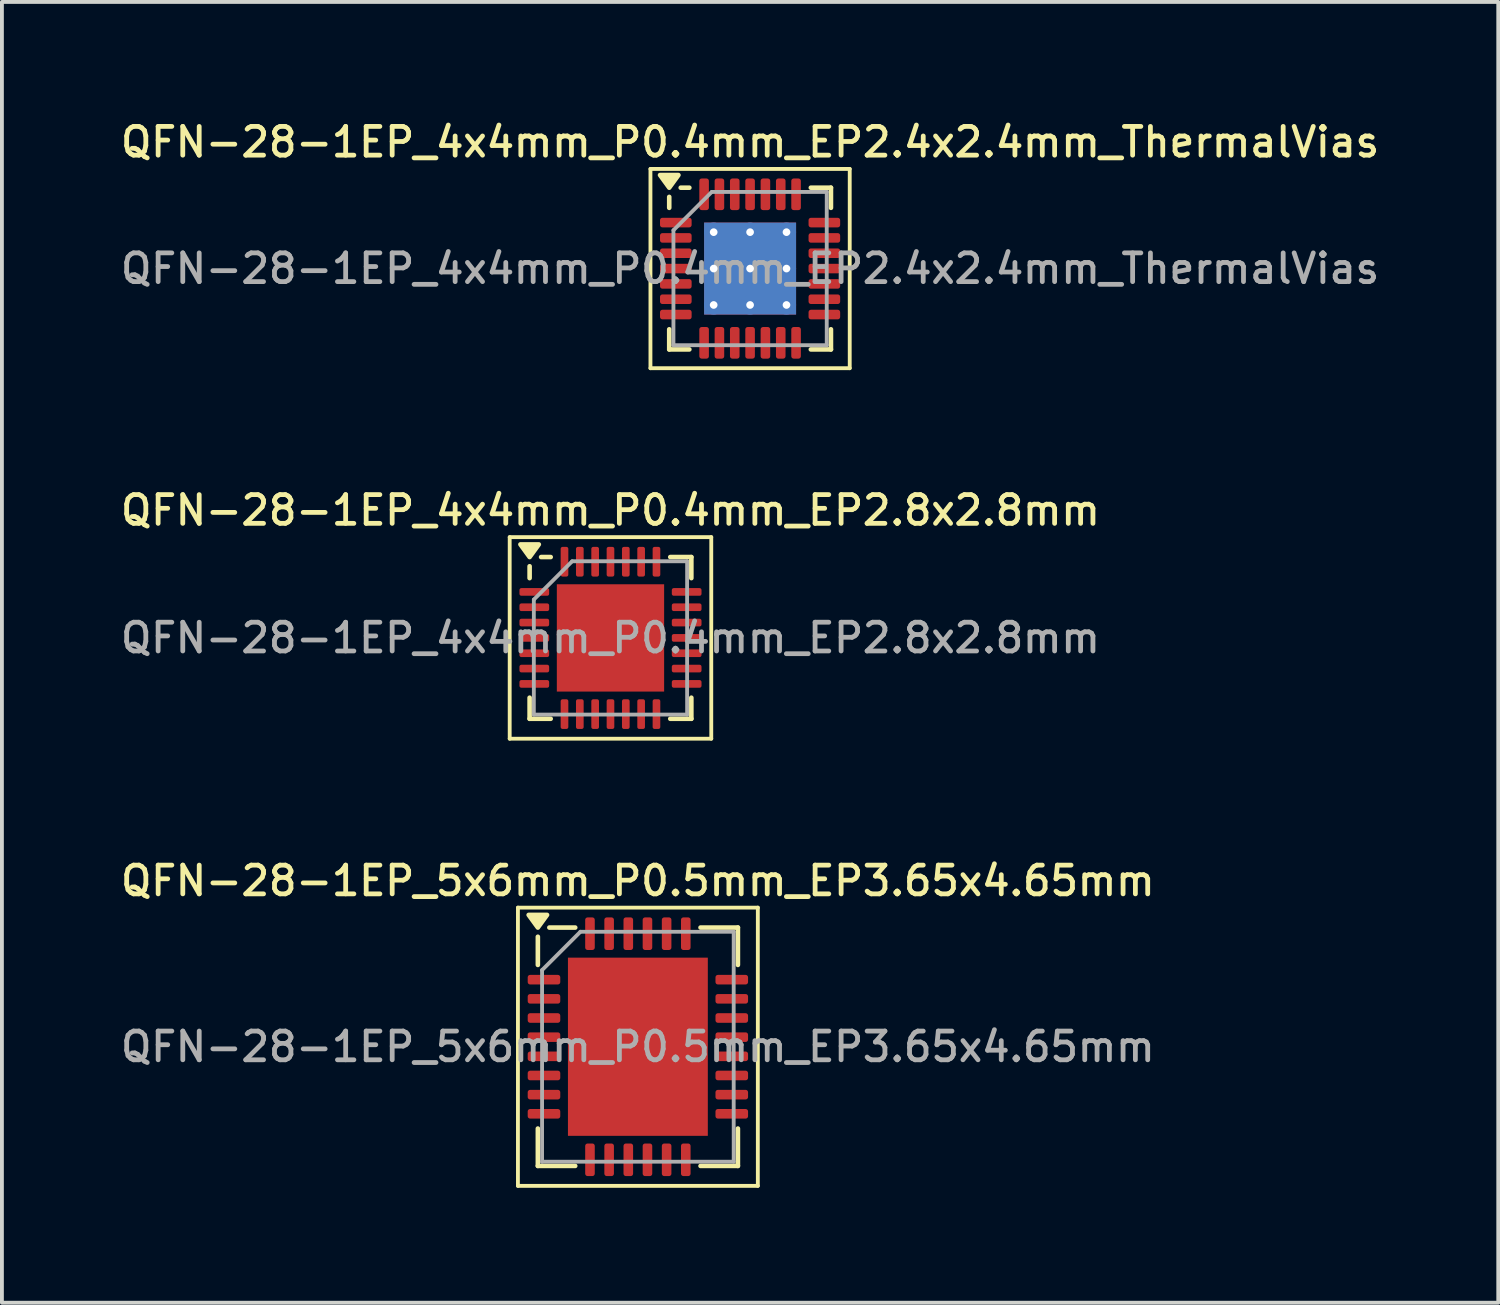
<source format=kicad_pcb>
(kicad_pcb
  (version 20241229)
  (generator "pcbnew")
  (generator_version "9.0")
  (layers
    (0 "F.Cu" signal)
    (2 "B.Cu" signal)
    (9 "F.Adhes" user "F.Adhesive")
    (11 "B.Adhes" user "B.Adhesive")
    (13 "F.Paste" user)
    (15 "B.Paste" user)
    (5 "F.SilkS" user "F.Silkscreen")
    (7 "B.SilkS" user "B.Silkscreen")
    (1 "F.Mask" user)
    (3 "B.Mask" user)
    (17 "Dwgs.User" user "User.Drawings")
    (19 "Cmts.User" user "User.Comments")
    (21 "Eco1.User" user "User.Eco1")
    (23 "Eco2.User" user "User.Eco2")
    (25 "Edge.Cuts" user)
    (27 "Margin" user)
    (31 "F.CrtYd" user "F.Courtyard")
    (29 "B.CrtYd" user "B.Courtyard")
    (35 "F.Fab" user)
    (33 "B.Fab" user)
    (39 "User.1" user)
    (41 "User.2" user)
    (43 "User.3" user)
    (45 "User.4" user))
  (footprint "QFN-28-1EP_5x6mm_P0.5mm_EP3.65x4.65mm"
    (layer "F.Cu")
    (at 13.595 24.264)
    (property "Reference" "QFN-28-1EP_5x6mm_P0.5mm_EP3.65x4.65mm" (at 0 -4.33 0) (layer "F.SilkS") (effects (font (size 0.75 0.75) (thickness 0.125))))
    (attr smd)
    (fp_line (start -3.13 -3.63) (end -3.13 3.63) (stroke (width 0.1) (type solid)) (layer "F.SilkS"))
    (fp_line (start -3.13 3.63) (end 3.13 3.63) (stroke (width 0.1) (type solid)) (layer "F.SilkS"))
    (fp_line (start -2.61 -2.135) (end -2.61 -2.87) (stroke (width 0.12) (type solid)) (layer "F.SilkS"))
    (fp_line (start -2.61 3.11) (end -2.61 2.135) (stroke (width 0.12) (type solid)) (layer "F.SilkS"))
    (fp_line (start -1.635 -3.11) (end -2.31 -3.11) (stroke (width 0.12) (type solid)) (layer "F.SilkS"))
    (fp_line (start -1.635 3.11) (end -2.61 3.11) (stroke (width 0.12) (type solid)) (layer "F.SilkS"))
    (fp_line (start 1.635 -3.11) (end 2.61 -3.11) (stroke (width 0.12) (type solid)) (layer "F.SilkS"))
    (fp_line (start 1.635 3.11) (end 2.61 3.11) (stroke (width 0.12) (type solid)) (layer "F.SilkS"))
    (fp_line (start 2.61 -3.11) (end 2.61 -2.135) (stroke (width 0.12) (type solid)) (layer "F.SilkS"))
    (fp_line (start 2.61 3.11) (end 2.61 2.135) (stroke (width 0.12) (type solid)) (layer "F.SilkS"))
    (fp_line (start 3.13 -3.63) (end -3.13 -3.63) (stroke (width 0.1) (type solid)) (layer "F.SilkS"))
    (fp_line (start 3.13 3.63) (end 3.13 -3.63) (stroke (width 0.1) (type solid)) (layer "F.SilkS"))
    (fp_poly (pts (xy -2.61 -3.11) (xy -2.85 -3.44) (xy -2.37 -3.44) (xy -2.61 -3.11)) (stroke (width 0.12) (type solid)) (fill yes) (layer "F.SilkS"))
    (fp_line (start -2.5 -2) (end -1.5 -3) (stroke (width 0.1) (type solid)) (layer "F.Fab"))
    (fp_line (start -2.5 3) (end -2.5 -2) (stroke (width 0.1) (type solid)) (layer "F.Fab"))
    (fp_line (start -1.5 -3) (end 2.5 -3) (stroke (width 0.1) (type solid)) (layer "F.Fab"))
    (fp_line (start 2.5 -3) (end 2.5 3) (stroke (width 0.1) (type solid)) (layer "F.Fab"))
    (fp_line (start 2.5 3) (end -2.5 3) (stroke (width 0.1) (type solid)) (layer "F.Fab"))
    (fp_text user "${REFERENCE}" (at 0 0 0) (layer "F.Fab") (effects (font (size 0.75 0.75) (thickness 0.125))))
    (pad "" smd roundrect (at -1.22 -1.74) (size 0.98 0.94) (layers "F.Paste") (roundrect_rratio 0.25))
    (pad "" smd roundrect (at -1.22 -0.58) (size 0.98 0.94) (layers "F.Paste") (roundrect_rratio 0.25))
    (pad "" smd roundrect (at -1.22 0.58) (size 0.98 0.94) (layers "F.Paste") (roundrect_rratio 0.25))
    (pad "" smd roundrect (at -1.22 1.74) (size 0.98 0.94) (layers "F.Paste") (roundrect_rratio 0.25))
    (pad "" smd roundrect (at 0 -1.74) (size 0.98 0.94) (layers "F.Paste") (roundrect_rratio 0.25))
    (pad "" smd roundrect (at 0 -0.58) (size 0.98 0.94) (layers "F.Paste") (roundrect_rratio 0.25))
    (pad "" smd roundrect (at 0 0.58) (size 0.98 0.94) (layers "F.Paste") (roundrect_rratio 0.25))
    (pad "" smd roundrect (at 0 1.74) (size 0.98 0.94) (layers "F.Paste") (roundrect_rratio 0.25))
    (pad "" smd roundrect (at 1.22 -1.74) (size 0.98 0.94) (layers "F.Paste") (roundrect_rratio 0.25))
    (pad "" smd roundrect (at 1.22 -0.58) (size 0.98 0.94) (layers "F.Paste") (roundrect_rratio 0.25))
    (pad "" smd roundrect (at 1.22 0.58) (size 0.98 0.94) (layers "F.Paste") (roundrect_rratio 0.25))
    (pad "" smd roundrect (at 1.22 1.74) (size 0.98 0.94) (layers "F.Paste") (roundrect_rratio 0.25))
    (pad "1" smd roundrect (at -2.45 -1.75) (size 0.85 0.25) (layers "F.Cu" "F.Mask" "F.Paste") (roundrect_rratio 0.25))
    (pad "2" smd roundrect (at -2.45 -1.25) (size 0.85 0.25) (layers "F.Cu" "F.Mask" "F.Paste") (roundrect_rratio 0.25))
    (pad "3" smd roundrect (at -2.45 -0.75) (size 0.85 0.25) (layers "F.Cu" "F.Mask" "F.Paste") (roundrect_rratio 0.25))
    (pad "4" smd roundrect (at -2.45 -0.25) (size 0.85 0.25) (layers "F.Cu" "F.Mask" "F.Paste") (roundrect_rratio 0.25))
    (pad "5" smd roundrect (at -2.45 0.25) (size 0.85 0.25) (layers "F.Cu" "F.Mask" "F.Paste") (roundrect_rratio 0.25))
    (pad "6" smd roundrect (at -2.45 0.75) (size 0.85 0.25) (layers "F.Cu" "F.Mask" "F.Paste") (roundrect_rratio 0.25))
    (pad "7" smd roundrect (at -2.45 1.25) (size 0.85 0.25) (layers "F.Cu" "F.Mask" "F.Paste") (roundrect_rratio 0.25))
    (pad "8" smd roundrect (at -2.45 1.75) (size 0.85 0.25) (layers "F.Cu" "F.Mask" "F.Paste") (roundrect_rratio 0.25))
    (pad "9" smd roundrect (at -1.25 2.95) (size 0.25 0.85) (layers "F.Cu" "F.Mask" "F.Paste") (roundrect_rratio 0.25))
    (pad "10" smd roundrect (at -0.75 2.95) (size 0.25 0.85) (layers "F.Cu" "F.Mask" "F.Paste") (roundrect_rratio 0.25))
    (pad "11" smd roundrect (at -0.25 2.95) (size 0.25 0.85) (layers "F.Cu" "F.Mask" "F.Paste") (roundrect_rratio 0.25))
    (pad "12" smd roundrect (at 0.25 2.95) (size 0.25 0.85) (layers "F.Cu" "F.Mask" "F.Paste") (roundrect_rratio 0.25))
    (pad "13" smd roundrect (at 0.75 2.95) (size 0.25 0.85) (layers "F.Cu" "F.Mask" "F.Paste") (roundrect_rratio 0.25))
    (pad "14" smd roundrect (at 1.25 2.95) (size 0.25 0.85) (layers "F.Cu" "F.Mask" "F.Paste") (roundrect_rratio 0.25))
    (pad "15" smd roundrect (at 2.45 1.75) (size 0.85 0.25) (layers "F.Cu" "F.Mask" "F.Paste") (roundrect_rratio 0.25))
    (pad "16" smd roundrect (at 2.45 1.25) (size 0.85 0.25) (layers "F.Cu" "F.Mask" "F.Paste") (roundrect_rratio 0.25))
    (pad "17" smd roundrect (at 2.45 0.75) (size 0.85 0.25) (layers "F.Cu" "F.Mask" "F.Paste") (roundrect_rratio 0.25))
    (pad "18" smd roundrect (at 2.45 0.25) (size 0.85 0.25) (layers "F.Cu" "F.Mask" "F.Paste") (roundrect_rratio 0.25))
    (pad "19" smd roundrect (at 2.45 -0.25) (size 0.85 0.25) (layers "F.Cu" "F.Mask" "F.Paste") (roundrect_rratio 0.25))
    (pad "20" smd roundrect (at 2.45 -0.75) (size 0.85 0.25) (layers "F.Cu" "F.Mask" "F.Paste") (roundrect_rratio 0.25))
    (pad "21" smd roundrect (at 2.45 -1.25) (size 0.85 0.25) (layers "F.Cu" "F.Mask" "F.Paste") (roundrect_rratio 0.25))
    (pad "22" smd roundrect (at 2.45 -1.75) (size 0.85 0.25) (layers "F.Cu" "F.Mask" "F.Paste") (roundrect_rratio 0.25))
    (pad "23" smd roundrect (at 1.25 -2.95) (size 0.25 0.85) (layers "F.Cu" "F.Mask" "F.Paste") (roundrect_rratio 0.25))
    (pad "24" smd roundrect (at 0.75 -2.95) (size 0.25 0.85) (layers "F.Cu" "F.Mask" "F.Paste") (roundrect_rratio 0.25))
    (pad "25" smd roundrect (at 0.25 -2.95) (size 0.25 0.85) (layers "F.Cu" "F.Mask" "F.Paste") (roundrect_rratio 0.25))
    (pad "26" smd roundrect (at -0.25 -2.95) (size 0.25 0.85) (layers "F.Cu" "F.Mask" "F.Paste") (roundrect_rratio 0.25))
    (pad "27" smd roundrect (at -0.75 -2.95) (size 0.25 0.85) (layers "F.Cu" "F.Mask" "F.Paste") (roundrect_rratio 0.25))
    (pad "28" smd roundrect (at -1.25 -2.95) (size 0.25 0.85) (layers "F.Cu" "F.Mask" "F.Paste") (roundrect_rratio 0.25))
    (pad "29" smd rect (at 0 0) (size 3.65 4.65) (property pad_prop_heatsink) (layers "F.Cu" "F.Mask")))
  (footprint "QFN-28-1EP_4x4mm_P0.4mm_EP2.4x2.4mm_ThermalVias"
    (layer "F.Cu")
    (at 16.523 3.958)
    (property "Reference" "QFN-28-1EP_4x4mm_P0.4mm_EP2.4x2.4mm_ThermalVias" (at 0 -3.3 0) (layer "F.SilkS") (effects (font (size 0.75 0.75) (thickness 0.125))))
    (attr smd)
    (fp_line (start -2.6 -2.6) (end -2.6 2.6) (stroke (width 0.1) (type solid)) (layer "F.SilkS"))
    (fp_line (start -2.6 2.6) (end 2.6 2.6) (stroke (width 0.1) (type solid)) (layer "F.SilkS"))
    (fp_line (start -2.11 -1.585) (end -2.11 -1.87) (stroke (width 0.12) (type solid)) (layer "F.SilkS"))
    (fp_line (start -2.11 2.11) (end -2.11 1.585) (stroke (width 0.12) (type solid)) (layer "F.SilkS"))
    (fp_line (start -1.585 -2.11) (end -1.81 -2.11) (stroke (width 0.12) (type solid)) (layer "F.SilkS"))
    (fp_line (start -1.585 2.11) (end -2.11 2.11) (stroke (width 0.12) (type solid)) (layer "F.SilkS"))
    (fp_line (start 1.585 -2.11) (end 2.11 -2.11) (stroke (width 0.12) (type solid)) (layer "F.SilkS"))
    (fp_line (start 1.585 2.11) (end 2.11 2.11) (stroke (width 0.12) (type solid)) (layer "F.SilkS"))
    (fp_line (start 2.11 -2.11) (end 2.11 -1.585) (stroke (width 0.12) (type solid)) (layer "F.SilkS"))
    (fp_line (start 2.11 2.11) (end 2.11 1.585) (stroke (width 0.12) (type solid)) (layer "F.SilkS"))
    (fp_line (start 2.6 -2.6) (end -2.6 -2.6) (stroke (width 0.1) (type solid)) (layer "F.SilkS"))
    (fp_line (start 2.6 2.6) (end 2.6 -2.6) (stroke (width 0.1) (type solid)) (layer "F.SilkS"))
    (fp_poly (pts (xy -2.11 -2.11) (xy -2.35 -2.44) (xy -1.87 -2.44) (xy -2.11 -2.11)) (stroke (width 0.12) (type solid)) (fill yes) (layer "F.SilkS"))
    (fp_line (start -2 -1) (end -1 -2) (stroke (width 0.1) (type solid)) (layer "F.Fab"))
    (fp_line (start -2 2) (end -2 -1) (stroke (width 0.1) (type solid)) (layer "F.Fab"))
    (fp_line (start -1 -2) (end 2 -2) (stroke (width 0.1) (type solid)) (layer "F.Fab"))
    (fp_line (start 2 -2) (end 2 2) (stroke (width 0.1) (type solid)) (layer "F.Fab"))
    (fp_line (start 2 2) (end -2 2) (stroke (width 0.1) (type solid)) (layer "F.Fab"))
    (fp_text user "${REFERENCE}" (at 0 0 0) (layer "F.Fab") (effects (font (size 0.75 0.75) (thickness 0.125))))
    (pad "" smd roundrect (at -0.6 -0.6) (size 1.04 1.04) (layers "F.Paste") (roundrect_rratio 0.24))
    (pad "" smd roundrect (at -0.6 0.6) (size 1.04 1.04) (layers "F.Paste") (roundrect_rratio 0.24))
    (pad "" smd roundrect (at 0.6 -0.6) (size 1.04 1.04) (layers "F.Paste") (roundrect_rratio 0.24))
    (pad "" smd roundrect (at 0.6 0.6) (size 1.04 1.04) (layers "F.Paste") (roundrect_rratio 0.24))
    (pad "1" smd roundrect (at -1.938 -1.2) (size 0.825 0.25) (layers "F.Cu" "F.Mask" "F.Paste") (roundrect_rratio 0.25))
    (pad "2" smd roundrect (at -1.938 -0.8) (size 0.825 0.25) (layers "F.Cu" "F.Mask" "F.Paste") (roundrect_rratio 0.25))
    (pad "3" smd roundrect (at -1.938 -0.4) (size 0.825 0.25) (layers "F.Cu" "F.Mask" "F.Paste") (roundrect_rratio 0.25))
    (pad "4" smd roundrect (at -1.938 0) (size 0.825 0.25) (layers "F.Cu" "F.Mask" "F.Paste") (roundrect_rratio 0.25))
    (pad "5" smd roundrect (at -1.938 0.4) (size 0.825 0.25) (layers "F.Cu" "F.Mask" "F.Paste") (roundrect_rratio 0.25))
    (pad "6" smd roundrect (at -1.938 0.8) (size 0.825 0.25) (layers "F.Cu" "F.Mask" "F.Paste") (roundrect_rratio 0.25))
    (pad "7" smd roundrect (at -1.938 1.2) (size 0.825 0.25) (layers "F.Cu" "F.Mask" "F.Paste") (roundrect_rratio 0.25))
    (pad "8" smd roundrect (at -1.2 1.938) (size 0.25 0.825) (layers "F.Cu" "F.Mask" "F.Paste") (roundrect_rratio 0.25))
    (pad "9" smd roundrect (at -0.8 1.938) (size 0.25 0.825) (layers "F.Cu" "F.Mask" "F.Paste") (roundrect_rratio 0.25))
    (pad "10" smd roundrect (at -0.4 1.938) (size 0.25 0.825) (layers "F.Cu" "F.Mask" "F.Paste") (roundrect_rratio 0.25))
    (pad "11" smd roundrect (at 0 1.938) (size 0.25 0.825) (layers "F.Cu" "F.Mask" "F.Paste") (roundrect_rratio 0.25))
    (pad "12" smd roundrect (at 0.4 1.938) (size 0.25 0.825) (layers "F.Cu" "F.Mask" "F.Paste") (roundrect_rratio 0.25))
    (pad "13" smd roundrect (at 0.8 1.938) (size 0.25 0.825) (layers "F.Cu" "F.Mask" "F.Paste") (roundrect_rratio 0.25))
    (pad "14" smd roundrect (at 1.2 1.938) (size 0.25 0.825) (layers "F.Cu" "F.Mask" "F.Paste") (roundrect_rratio 0.25))
    (pad "15" smd roundrect (at 1.938 1.2) (size 0.825 0.25) (layers "F.Cu" "F.Mask" "F.Paste") (roundrect_rratio 0.25))
    (pad "16" smd roundrect (at 1.938 0.8) (size 0.825 0.25) (layers "F.Cu" "F.Mask" "F.Paste") (roundrect_rratio 0.25))
    (pad "17" smd roundrect (at 1.938 0.4) (size 0.825 0.25) (layers "F.Cu" "F.Mask" "F.Paste") (roundrect_rratio 0.25))
    (pad "18" smd roundrect (at 1.938 0) (size 0.825 0.25) (layers "F.Cu" "F.Mask" "F.Paste") (roundrect_rratio 0.25))
    (pad "19" smd roundrect (at 1.938 -0.4) (size 0.825 0.25) (layers "F.Cu" "F.Mask" "F.Paste") (roundrect_rratio 0.25))
    (pad "20" smd roundrect (at 1.938 -0.8) (size 0.825 0.25) (layers "F.Cu" "F.Mask" "F.Paste") (roundrect_rratio 0.25))
    (pad "21" smd roundrect (at 1.938 -1.2) (size 0.825 0.25) (layers "F.Cu" "F.Mask" "F.Paste") (roundrect_rratio 0.25))
    (pad "22" smd roundrect (at 1.2 -1.938) (size 0.25 0.825) (layers "F.Cu" "F.Mask" "F.Paste") (roundrect_rratio 0.25))
    (pad "23" smd roundrect (at 0.8 -1.938) (size 0.25 0.825) (layers "F.Cu" "F.Mask" "F.Paste") (roundrect_rratio 0.25))
    (pad "24" smd roundrect (at 0.4 -1.938) (size 0.25 0.825) (layers "F.Cu" "F.Mask" "F.Paste") (roundrect_rratio 0.25))
    (pad "25" smd roundrect (at 0 -1.938) (size 0.25 0.825) (layers "F.Cu" "F.Mask" "F.Paste") (roundrect_rratio 0.25))
    (pad "26" smd roundrect (at -0.4 -1.938) (size 0.25 0.825) (layers "F.Cu" "F.Mask" "F.Paste") (roundrect_rratio 0.25))
    (pad "27" smd roundrect (at -0.8 -1.938) (size 0.25 0.825) (layers "F.Cu" "F.Mask" "F.Paste") (roundrect_rratio 0.25))
    (pad "28" smd roundrect (at -1.2 -1.938) (size 0.25 0.825) (layers "F.Cu" "F.Mask" "F.Paste") (roundrect_rratio 0.25))
    (pad "29" thru_hole circle (at -0.95 -0.95) (size 0.5 0.5) (drill 0.2) (property pad_prop_heatsink) (layers "*.Cu"))
    (pad "29" thru_hole circle (at -0.95 0) (size 0.5 0.5) (drill 0.2) (property pad_prop_heatsink) (layers "*.Cu"))
    (pad "29" thru_hole circle (at -0.95 0.95) (size 0.5 0.5) (drill 0.2) (property pad_prop_heatsink) (layers "*.Cu"))
    (pad "29" thru_hole circle (at 0 -0.95) (size 0.5 0.5) (drill 0.2) (property pad_prop_heatsink) (layers "*.Cu"))
    (pad "29" thru_hole circle (at 0 0) (size 0.5 0.5) (drill 0.2) (property pad_prop_heatsink) (layers "*.Cu"))
    (pad "29" smd rect (at 0 0) (size 2.4 2.4) (property pad_prop_heatsink) (layers "F.Cu" "F.Mask"))
    (pad "29" smd rect (at 0 0) (size 2.4 2.4) (property pad_prop_heatsink) (layers "B.Cu"))
    (pad "29" thru_hole circle (at 0 0.95) (size 0.5 0.5) (drill 0.2) (property pad_prop_heatsink) (layers "*.Cu"))
    (pad "29" thru_hole circle (at 0.95 -0.95) (size 0.5 0.5) (drill 0.2) (property pad_prop_heatsink) (layers "*.Cu"))
    (pad "29" thru_hole circle (at 0.95 0) (size 0.5 0.5) (drill 0.2) (property pad_prop_heatsink) (layers "*.Cu"))
    (pad "29" thru_hole circle (at 0.95 0.95) (size 0.5 0.5) (drill 0.2) (property pad_prop_heatsink) (layers "*.Cu")))
  (footprint "QFN-28-1EP_4x4mm_P0.4mm_EP2.8x2.8mm"
    (layer "F.Cu")
    (at 12.88 13.596)
    (property "Reference" "QFN-28-1EP_4x4mm_P0.4mm_EP2.8x2.8mm" (at 0 -3.33 0) (layer "F.SilkS") (effects (font (size 0.75 0.75) (thickness 0.125))))
    (attr smd)
    (fp_line (start -2.63 -2.63) (end -2.63 2.63) (stroke (width 0.1) (type solid)) (layer "F.SilkS"))
    (fp_line (start -2.63 2.63) (end 2.63 2.63) (stroke (width 0.1) (type solid)) (layer "F.SilkS"))
    (fp_line (start -2.11 -1.56) (end -2.11 -1.87) (stroke (width 0.12) (type solid)) (layer "F.SilkS"))
    (fp_line (start -2.11 2.11) (end -2.11 1.56) (stroke (width 0.12) (type solid)) (layer "F.SilkS"))
    (fp_line (start -1.56 -2.11) (end -1.81 -2.11) (stroke (width 0.12) (type solid)) (layer "F.SilkS"))
    (fp_line (start -1.56 2.11) (end -2.11 2.11) (stroke (width 0.12) (type solid)) (layer "F.SilkS"))
    (fp_line (start 1.56 -2.11) (end 2.11 -2.11) (stroke (width 0.12) (type solid)) (layer "F.SilkS"))
    (fp_line (start 1.56 2.11) (end 2.11 2.11) (stroke (width 0.12) (type solid)) (layer "F.SilkS"))
    (fp_line (start 2.11 -2.11) (end 2.11 -1.56) (stroke (width 0.12) (type solid)) (layer "F.SilkS"))
    (fp_line (start 2.11 2.11) (end 2.11 1.56) (stroke (width 0.12) (type solid)) (layer "F.SilkS"))
    (fp_line (start 2.63 -2.63) (end -2.63 -2.63) (stroke (width 0.1) (type solid)) (layer "F.SilkS"))
    (fp_line (start 2.63 2.63) (end 2.63 -2.63) (stroke (width 0.1) (type solid)) (layer "F.SilkS"))
    (fp_poly (pts (xy -2.11 -2.11) (xy -2.35 -2.44) (xy -1.87 -2.44) (xy -2.11 -2.11)) (stroke (width 0.12) (type solid)) (fill yes) (layer "F.SilkS"))
    (fp_line (start -2 -1) (end -1 -2) (stroke (width 0.1) (type solid)) (layer "F.Fab"))
    (fp_line (start -2 2) (end -2 -1) (stroke (width 0.1) (type solid)) (layer "F.Fab"))
    (fp_line (start -1 -2) (end 2 -2) (stroke (width 0.1) (type solid)) (layer "F.Fab"))
    (fp_line (start 2 -2) (end 2 2) (stroke (width 0.1) (type solid)) (layer "F.Fab"))
    (fp_line (start 2 2) (end -2 2) (stroke (width 0.1) (type solid)) (layer "F.Fab"))
    (fp_text user "${REFERENCE}" (at 0 0 0) (layer "F.Fab") (effects (font (size 0.75 0.75) (thickness 0.125))))
    (pad "" smd roundrect (at -0.7 -0.7) (size 1.13 1.13) (layers "F.Paste") (roundrect_rratio 0.221))
    (pad "" smd roundrect (at -0.7 0.7) (size 1.13 1.13) (layers "F.Paste") (roundrect_rratio 0.221))
    (pad "" smd roundrect (at 0.7 -0.7) (size 1.13 1.13) (layers "F.Paste") (roundrect_rratio 0.221))
    (pad "" smd roundrect (at 0.7 0.7) (size 1.13 1.13) (layers "F.Paste") (roundrect_rratio 0.221))
    (pad "1" smd roundrect (at -1.988 -1.2) (size 0.775 0.2) (layers "F.Cu" "F.Mask" "F.Paste") (roundrect_rratio 0.25))
    (pad "2" smd roundrect (at -1.988 -0.8) (size 0.775 0.2) (layers "F.Cu" "F.Mask" "F.Paste") (roundrect_rratio 0.25))
    (pad "3" smd roundrect (at -1.988 -0.4) (size 0.775 0.2) (layers "F.Cu" "F.Mask" "F.Paste") (roundrect_rratio 0.25))
    (pad "4" smd roundrect (at -1.988 0) (size 0.775 0.2) (layers "F.Cu" "F.Mask" "F.Paste") (roundrect_rratio 0.25))
    (pad "5" smd roundrect (at -1.988 0.4) (size 0.775 0.2) (layers "F.Cu" "F.Mask" "F.Paste") (roundrect_rratio 0.25))
    (pad "6" smd roundrect (at -1.988 0.8) (size 0.775 0.2) (layers "F.Cu" "F.Mask" "F.Paste") (roundrect_rratio 0.25))
    (pad "7" smd roundrect (at -1.988 1.2) (size 0.775 0.2) (layers "F.Cu" "F.Mask" "F.Paste") (roundrect_rratio 0.25))
    (pad "8" smd roundrect (at -1.2 1.988) (size 0.2 0.775) (layers "F.Cu" "F.Mask" "F.Paste") (roundrect_rratio 0.25))
    (pad "9" smd roundrect (at -0.8 1.988) (size 0.2 0.775) (layers "F.Cu" "F.Mask" "F.Paste") (roundrect_rratio 0.25))
    (pad "10" smd roundrect (at -0.4 1.988) (size 0.2 0.775) (layers "F.Cu" "F.Mask" "F.Paste") (roundrect_rratio 0.25))
    (pad "11" smd roundrect (at 0 1.988) (size 0.2 0.775) (layers "F.Cu" "F.Mask" "F.Paste") (roundrect_rratio 0.25))
    (pad "12" smd roundrect (at 0.4 1.988) (size 0.2 0.775) (layers "F.Cu" "F.Mask" "F.Paste") (roundrect_rratio 0.25))
    (pad "13" smd roundrect (at 0.8 1.988) (size 0.2 0.775) (layers "F.Cu" "F.Mask" "F.Paste") (roundrect_rratio 0.25))
    (pad "14" smd roundrect (at 1.2 1.988) (size 0.2 0.775) (layers "F.Cu" "F.Mask" "F.Paste") (roundrect_rratio 0.25))
    (pad "15" smd roundrect (at 1.988 1.2) (size 0.775 0.2) (layers "F.Cu" "F.Mask" "F.Paste") (roundrect_rratio 0.25))
    (pad "16" smd roundrect (at 1.988 0.8) (size 0.775 0.2) (layers "F.Cu" "F.Mask" "F.Paste") (roundrect_rratio 0.25))
    (pad "17" smd roundrect (at 1.988 0.4) (size 0.775 0.2) (layers "F.Cu" "F.Mask" "F.Paste") (roundrect_rratio 0.25))
    (pad "18" smd roundrect (at 1.988 0) (size 0.775 0.2) (layers "F.Cu" "F.Mask" "F.Paste") (roundrect_rratio 0.25))
    (pad "19" smd roundrect (at 1.988 -0.4) (size 0.775 0.2) (layers "F.Cu" "F.Mask" "F.Paste") (roundrect_rratio 0.25))
    (pad "20" smd roundrect (at 1.988 -0.8) (size 0.775 0.2) (layers "F.Cu" "F.Mask" "F.Paste") (roundrect_rratio 0.25))
    (pad "21" smd roundrect (at 1.988 -1.2) (size 0.775 0.2) (layers "F.Cu" "F.Mask" "F.Paste") (roundrect_rratio 0.25))
    (pad "22" smd roundrect (at 1.2 -1.988) (size 0.2 0.775) (layers "F.Cu" "F.Mask" "F.Paste") (roundrect_rratio 0.25))
    (pad "23" smd roundrect (at 0.8 -1.988) (size 0.2 0.775) (layers "F.Cu" "F.Mask" "F.Paste") (roundrect_rratio 0.25))
    (pad "24" smd roundrect (at 0.4 -1.988) (size 0.2 0.775) (layers "F.Cu" "F.Mask" "F.Paste") (roundrect_rratio 0.25))
    (pad "25" smd roundrect (at 0 -1.988) (size 0.2 0.775) (layers "F.Cu" "F.Mask" "F.Paste") (roundrect_rratio 0.25))
    (pad "26" smd roundrect (at -0.4 -1.988) (size 0.2 0.775) (layers "F.Cu" "F.Mask" "F.Paste") (roundrect_rratio 0.25))
    (pad "27" smd roundrect (at -0.8 -1.988) (size 0.2 0.775) (layers "F.Cu" "F.Mask" "F.Paste") (roundrect_rratio 0.25))
    (pad "28" smd roundrect (at -1.2 -1.988) (size 0.2 0.775) (layers "F.Cu" "F.Mask" "F.Paste") (roundrect_rratio 0.25))
    (pad "29" smd rect (at 0 0) (size 2.8 2.8) (property pad_prop_heatsink) (layers "F.Cu" "F.Mask")))
  (gr_rect
    (start -3 -3)
    (end 36.046 30.944)
    (stroke (width 0.1) (type default))
    (fill no)
    (layer "Edge.Cuts")))
</source>
